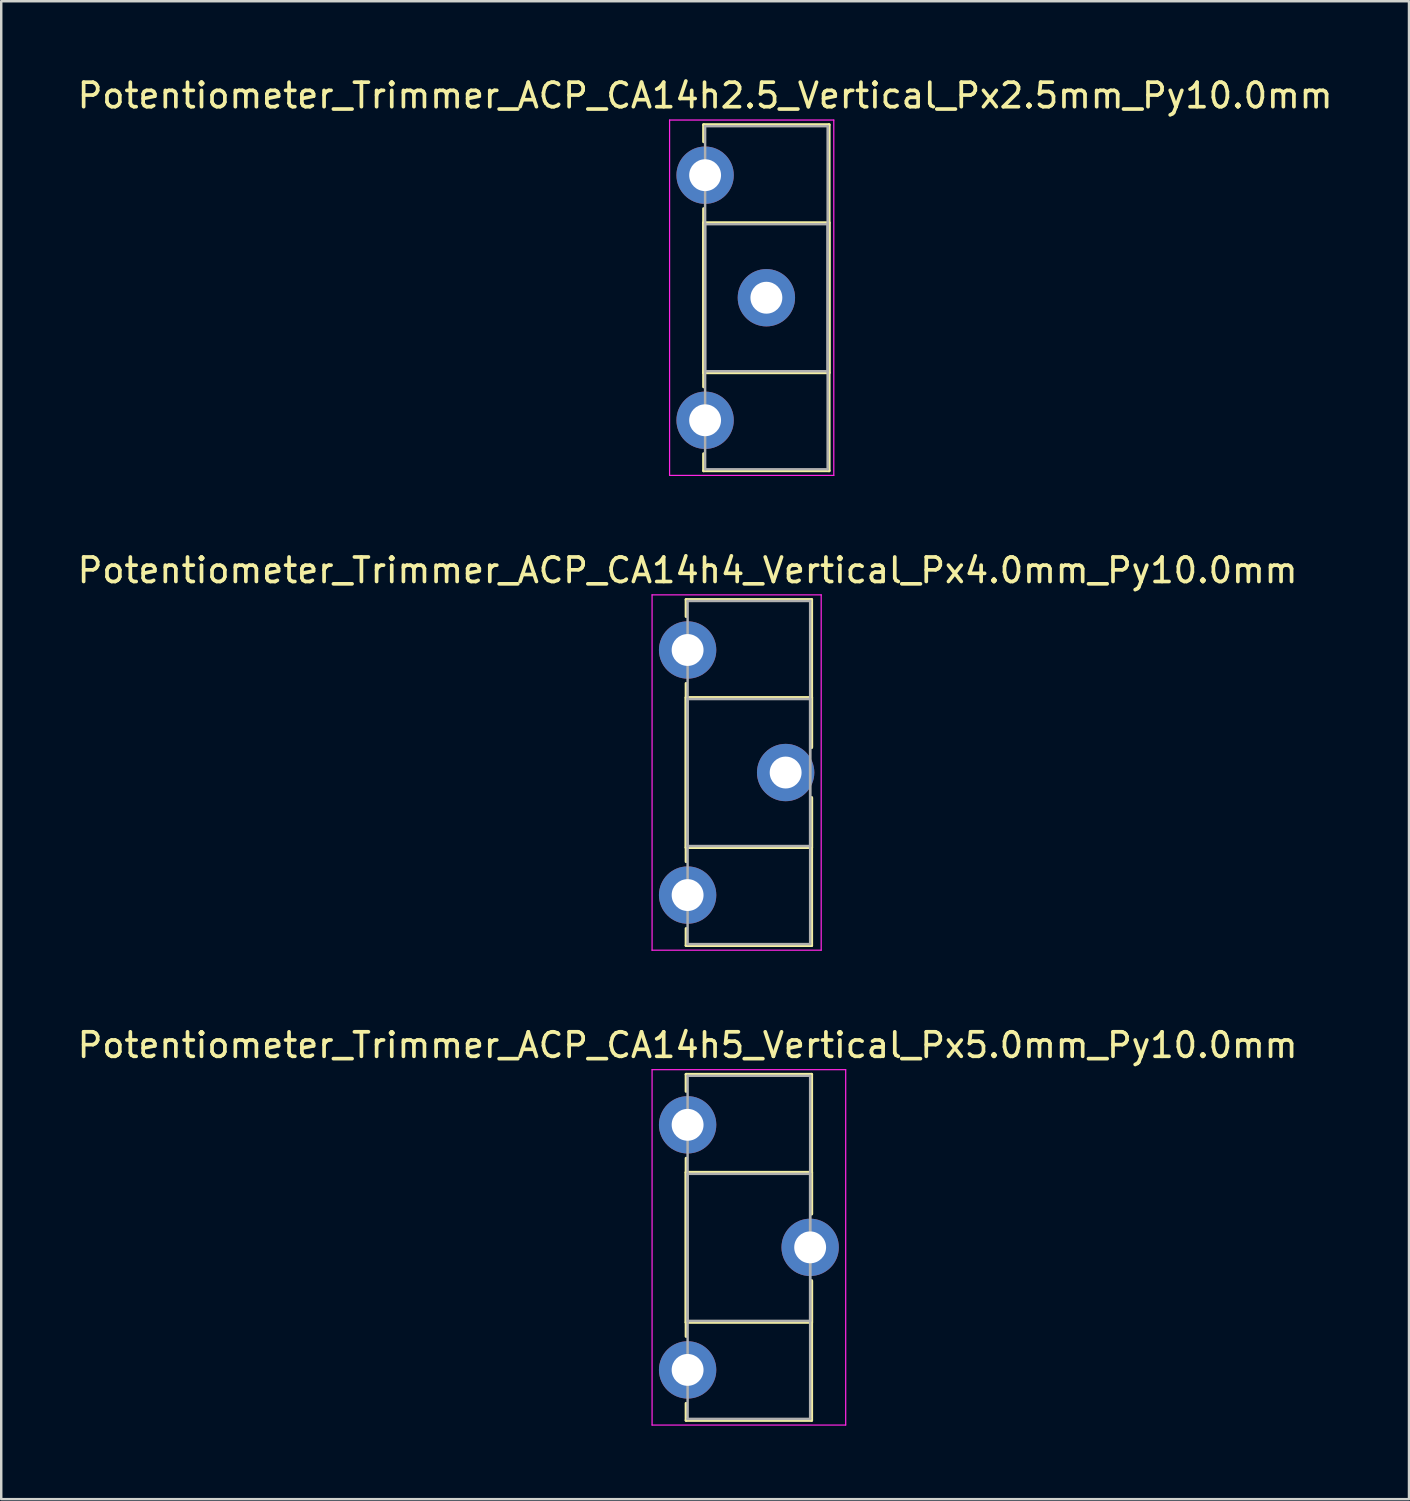
<source format=kicad_pcb>
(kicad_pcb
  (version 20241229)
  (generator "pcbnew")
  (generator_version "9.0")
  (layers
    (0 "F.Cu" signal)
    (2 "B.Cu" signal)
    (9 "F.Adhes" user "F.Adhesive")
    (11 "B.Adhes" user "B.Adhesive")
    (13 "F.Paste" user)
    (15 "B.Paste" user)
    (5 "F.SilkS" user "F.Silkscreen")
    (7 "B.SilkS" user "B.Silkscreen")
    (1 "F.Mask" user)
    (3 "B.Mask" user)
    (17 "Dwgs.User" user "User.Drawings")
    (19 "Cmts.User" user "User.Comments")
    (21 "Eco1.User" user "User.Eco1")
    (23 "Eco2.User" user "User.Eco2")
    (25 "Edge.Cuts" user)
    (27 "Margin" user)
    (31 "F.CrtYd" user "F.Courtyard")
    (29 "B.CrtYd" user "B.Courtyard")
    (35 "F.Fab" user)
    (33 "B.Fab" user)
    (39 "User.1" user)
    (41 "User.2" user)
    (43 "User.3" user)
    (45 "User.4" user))
  (footprint "Potentiometer_Trimmer_ACP_CA14h2.5_Vertical_Px2.5mm_Py10.0mm"
    (layer "F.Cu")
    (at 25.72 4.098)
    (property "Reference" "Potentiometer_Trimmer_ACP_CA14h2.5_Vertical_Px2.5mm_Py10.0mm" (at 0 -3.25 0) (layer "F.SilkS") (effects (font (size 1 1) (thickness 0.15))))
    (attr through_hole)
    (fp_line (start -0.061 -2.06) (end -0.061 -1.365) (stroke (width 0.12) (type solid)) (layer "F.SilkS"))
    (fp_line (start -0.061 -2.06) (end 5.06 -2.06) (stroke (width 0.12) (type solid)) (layer "F.SilkS"))
    (fp_line (start -0.061 1.365) (end -0.061 8.635) (stroke (width 0.12) (type solid)) (layer "F.SilkS"))
    (fp_line (start -0.061 1.94) (end -0.061 8.06) (stroke (width 0.12) (type solid)) (layer "F.SilkS"))
    (fp_line (start -0.061 1.94) (end 5.06 1.94) (stroke (width 0.12) (type solid)) (layer "F.SilkS"))
    (fp_line (start -0.061 8.06) (end 5.06 8.06) (stroke (width 0.12) (type solid)) (layer "F.SilkS"))
    (fp_line (start -0.061 11.365) (end -0.061 12.06) (stroke (width 0.12) (type solid)) (layer "F.SilkS"))
    (fp_line (start -0.061 12.06) (end 5.06 12.06) (stroke (width 0.12) (type solid)) (layer "F.SilkS"))
    (fp_line (start 5.06 -2.06) (end 5.06 12.06) (stroke (width 0.12) (type solid)) (layer "F.SilkS"))
    (fp_line (start 5.06 1.94) (end 5.06 8.06) (stroke (width 0.12) (type solid)) (layer "F.SilkS"))
    (fp_line (start -1.45 -2.25) (end -1.45 12.25) (stroke (width 0.05) (type solid)) (layer "F.CrtYd"))
    (fp_line (start -1.45 12.25) (end 5.25 12.25) (stroke (width 0.05) (type solid)) (layer "F.CrtYd"))
    (fp_line (start 5.25 -2.25) (end -1.45 -2.25) (stroke (width 0.05) (type solid)) (layer "F.CrtYd"))
    (fp_line (start 5.25 12.25) (end 5.25 -2.25) (stroke (width 0.05) (type solid)) (layer "F.CrtYd"))
    (fp_line (start 0 -2) (end 5 -2) (stroke (width 0.1) (type solid)) (layer "F.Fab"))
    (fp_line (start 0 2) (end 0 8) (stroke (width 0.1) (type solid)) (layer "F.Fab"))
    (fp_line (start 0 8) (end 5 8) (stroke (width 0.1) (type solid)) (layer "F.Fab"))
    (fp_line (start 0 12) (end 0 -2) (stroke (width 0.1) (type solid)) (layer "F.Fab"))
    (fp_line (start 5 -2) (end 5 12) (stroke (width 0.1) (type solid)) (layer "F.Fab"))
    (fp_line (start 5 2) (end 0 2) (stroke (width 0.1) (type solid)) (layer "F.Fab"))
    (fp_line (start 5 8) (end 5 2) (stroke (width 0.1) (type solid)) (layer "F.Fab"))
    (fp_line (start 5 12) (end 0 12) (stroke (width 0.1) (type solid)) (layer "F.Fab"))
    (pad "1" thru_hole circle (at 0 0) (size 2.34 2.34) (drill 1.3) (layers "*.Cu" "*.Mask"))
    (pad "2" thru_hole circle (at 2.5 5) (size 2.34 2.34) (drill 1.3) (layers "*.Cu" "*.Mask"))
    (pad "3" thru_hole circle (at 0 10) (size 2.34 2.34) (drill 1.3) (layers "*.Cu" "*.Mask")))
  (footprint "Potentiometer_Trimmer_ACP_CA14h5_Vertical_Px5.0mm_Py10.0mm"
    (layer "F.Cu")
    (at 25.006 42.845)
    (property "Reference" "Potentiometer_Trimmer_ACP_CA14h5_Vertical_Px5.0mm_Py10.0mm" (at 0 -3.25 0) (layer "F.SilkS") (effects (font (size 1 1) (thickness 0.15))))
    (attr through_hole)
    (fp_line (start -0.061 -2.06) (end -0.061 -1.365) (stroke (width 0.12) (type solid)) (layer "F.SilkS"))
    (fp_line (start -0.061 -2.06) (end 5.06 -2.06) (stroke (width 0.12) (type solid)) (layer "F.SilkS"))
    (fp_line (start -0.061 1.365) (end -0.061 8.635) (stroke (width 0.12) (type solid)) (layer "F.SilkS"))
    (fp_line (start -0.061 1.94) (end -0.061 8.06) (stroke (width 0.12) (type solid)) (layer "F.SilkS"))
    (fp_line (start -0.061 1.94) (end 5.06 1.94) (stroke (width 0.12) (type solid)) (layer "F.SilkS"))
    (fp_line (start -0.061 8.06) (end 5.06 8.06) (stroke (width 0.12) (type solid)) (layer "F.SilkS"))
    (fp_line (start -0.061 11.365) (end -0.061 12.06) (stroke (width 0.12) (type solid)) (layer "F.SilkS"))
    (fp_line (start -0.061 12.06) (end 5.06 12.06) (stroke (width 0.12) (type solid)) (layer "F.SilkS"))
    (fp_line (start 5.06 -2.06) (end 5.06 3.635) (stroke (width 0.12) (type solid)) (layer "F.SilkS"))
    (fp_line (start 5.06 1.94) (end 5.06 3.635) (stroke (width 0.12) (type solid)) (layer "F.SilkS"))
    (fp_line (start 5.06 6.365) (end 5.06 8.06) (stroke (width 0.12) (type solid)) (layer "F.SilkS"))
    (fp_line (start 5.06 6.365) (end 5.06 12.06) (stroke (width 0.12) (type solid)) (layer "F.SilkS"))
    (fp_line (start -1.45 -2.25) (end -1.45 12.25) (stroke (width 0.05) (type solid)) (layer "F.CrtYd"))
    (fp_line (start -1.45 12.25) (end 6.45 12.25) (stroke (width 0.05) (type solid)) (layer "F.CrtYd"))
    (fp_line (start 6.45 -2.25) (end -1.45 -2.25) (stroke (width 0.05) (type solid)) (layer "F.CrtYd"))
    (fp_line (start 6.45 12.25) (end 6.45 -2.25) (stroke (width 0.05) (type solid)) (layer "F.CrtYd"))
    (fp_line (start 0 -2) (end 5 -2) (stroke (width 0.1) (type solid)) (layer "F.Fab"))
    (fp_line (start 0 2) (end 0 8) (stroke (width 0.1) (type solid)) (layer "F.Fab"))
    (fp_line (start 0 8) (end 5 8) (stroke (width 0.1) (type solid)) (layer "F.Fab"))
    (fp_line (start 0 12) (end 0 -2) (stroke (width 0.1) (type solid)) (layer "F.Fab"))
    (fp_line (start 5 -2) (end 5 12) (stroke (width 0.1) (type solid)) (layer "F.Fab"))
    (fp_line (start 5 2) (end 0 2) (stroke (width 0.1) (type solid)) (layer "F.Fab"))
    (fp_line (start 5 8) (end 5 2) (stroke (width 0.1) (type solid)) (layer "F.Fab"))
    (fp_line (start 5 12) (end 0 12) (stroke (width 0.1) (type solid)) (layer "F.Fab"))
    (pad "1" thru_hole circle (at 0 0) (size 2.34 2.34) (drill 1.3) (layers "*.Cu" "*.Mask"))
    (pad "2" thru_hole circle (at 5 5) (size 2.34 2.34) (drill 1.3) (layers "*.Cu" "*.Mask"))
    (pad "3" thru_hole circle (at 0 10) (size 2.34 2.34) (drill 1.3) (layers "*.Cu" "*.Mask")))
  (footprint "Potentiometer_Trimmer_ACP_CA14h4_Vertical_Px4.0mm_Py10.0mm"
    (layer "F.Cu")
    (at 25.006 23.471)
    (property "Reference" "Potentiometer_Trimmer_ACP_CA14h4_Vertical_Px4.0mm_Py10.0mm" (at 0 -3.25 0) (layer "F.SilkS") (effects (font (size 1 1) (thickness 0.15))))
    (attr through_hole)
    (fp_line (start -0.061 -2.06) (end -0.061 -1.365) (stroke (width 0.12) (type solid)) (layer "F.SilkS"))
    (fp_line (start -0.061 -2.06) (end 5.06 -2.06) (stroke (width 0.12) (type solid)) (layer "F.SilkS"))
    (fp_line (start -0.061 1.365) (end -0.061 8.635) (stroke (width 0.12) (type solid)) (layer "F.SilkS"))
    (fp_line (start -0.061 1.94) (end -0.061 8.06) (stroke (width 0.12) (type solid)) (layer "F.SilkS"))
    (fp_line (start -0.061 1.94) (end 5.06 1.94) (stroke (width 0.12) (type solid)) (layer "F.SilkS"))
    (fp_line (start -0.061 8.06) (end 5.06 8.06) (stroke (width 0.12) (type solid)) (layer "F.SilkS"))
    (fp_line (start -0.061 11.365) (end -0.061 12.06) (stroke (width 0.12) (type solid)) (layer "F.SilkS"))
    (fp_line (start -0.061 12.06) (end 5.06 12.06) (stroke (width 0.12) (type solid)) (layer "F.SilkS"))
    (fp_line (start 5.06 -2.06) (end 5.06 3.973) (stroke (width 0.12) (type solid)) (layer "F.SilkS"))
    (fp_line (start 5.06 1.94) (end 5.06 3.973) (stroke (width 0.12) (type solid)) (layer "F.SilkS"))
    (fp_line (start 5.06 6.028) (end 5.06 8.06) (stroke (width 0.12) (type solid)) (layer "F.SilkS"))
    (fp_line (start 5.06 6.028) (end 5.06 12.06) (stroke (width 0.12) (type solid)) (layer "F.SilkS"))
    (fp_line (start -1.45 -2.25) (end -1.45 12.25) (stroke (width 0.05) (type solid)) (layer "F.CrtYd"))
    (fp_line (start -1.45 12.25) (end 5.45 12.25) (stroke (width 0.05) (type solid)) (layer "F.CrtYd"))
    (fp_line (start 5.45 -2.25) (end -1.45 -2.25) (stroke (width 0.05) (type solid)) (layer "F.CrtYd"))
    (fp_line (start 5.45 12.25) (end 5.45 -2.25) (stroke (width 0.05) (type solid)) (layer "F.CrtYd"))
    (fp_line (start 0 -2) (end 5 -2) (stroke (width 0.1) (type solid)) (layer "F.Fab"))
    (fp_line (start 0 2) (end 0 8) (stroke (width 0.1) (type solid)) (layer "F.Fab"))
    (fp_line (start 0 8) (end 5 8) (stroke (width 0.1) (type solid)) (layer "F.Fab"))
    (fp_line (start 0 12) (end 0 -2) (stroke (width 0.1) (type solid)) (layer "F.Fab"))
    (fp_line (start 5 -2) (end 5 12) (stroke (width 0.1) (type solid)) (layer "F.Fab"))
    (fp_line (start 5 2) (end 0 2) (stroke (width 0.1) (type solid)) (layer "F.Fab"))
    (fp_line (start 5 8) (end 5 2) (stroke (width 0.1) (type solid)) (layer "F.Fab"))
    (fp_line (start 5 12) (end 0 12) (stroke (width 0.1) (type solid)) (layer "F.Fab"))
    (pad "1" thru_hole circle (at 0 0) (size 2.34 2.34) (drill 1.3) (layers "*.Cu" "*.Mask"))
    (pad "2" thru_hole circle (at 4 5) (size 2.34 2.34) (drill 1.3) (layers "*.Cu" "*.Mask"))
    (pad "3" thru_hole circle (at 0 10) (size 2.34 2.34) (drill 1.3) (layers "*.Cu" "*.Mask")))
  (gr_rect
    (start -3 -3)
    (end 54.44 58.12)
    (stroke (width 0.1) (type default))
    (fill no)
    (layer "Edge.Cuts")))
</source>
